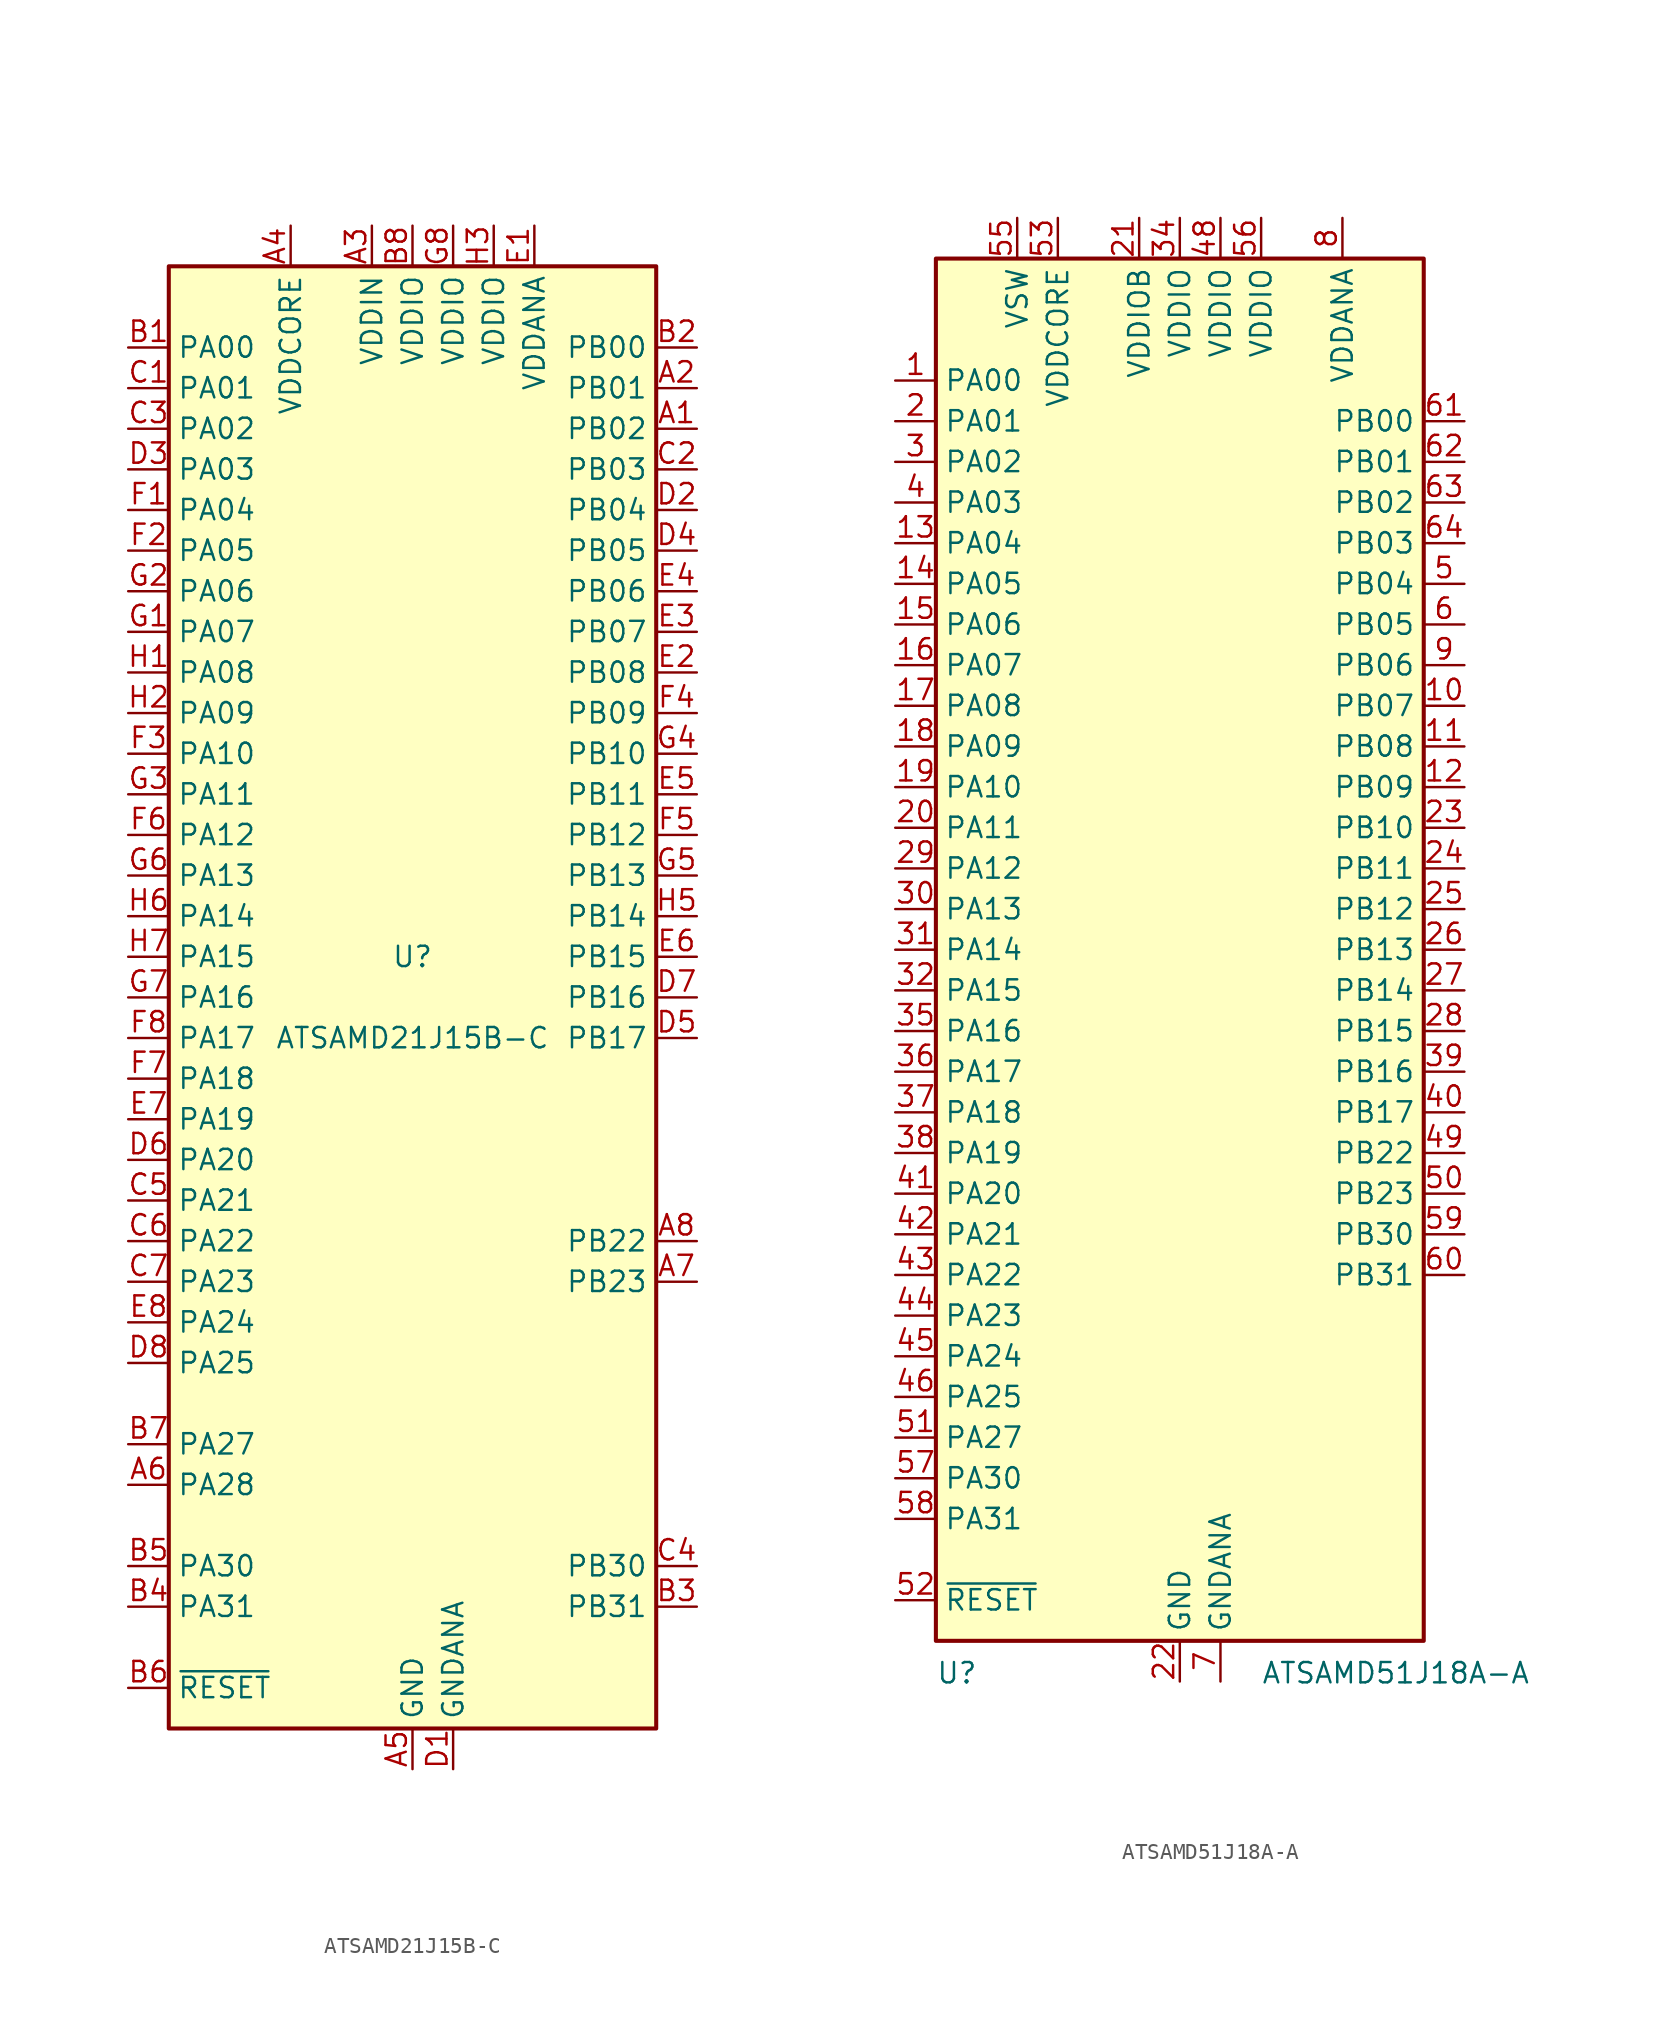
<source format=kicad_sym>
(kicad_symbol_lib
  (version 20241209)
  (generator "kicad_symbol_editor")
  (generator_version "9.0")
  (symbol "ATSAMD21J15B-C"
    (property "Reference" "U"
      (at 0 2.54 0)
      (effects (font (size 1.27 1.27))))
    (property "Value" "ATSAMD21J15B-C"
      (at 0 -2.54 0)
      (effects (font (size 1.27 1.27))))
    (symbol "ATSAMD21J15B-C_0_1"
      (rectangle (start -15.24 45.72) (end 15.24 -45.72) (stroke (width 0.254) (type default)) (fill (type background))))
    (symbol "ATSAMD21J15B-C_1_1"
      (pin bidirectional line (at -17.78 40.64 0) (length 2.54) (name "PA00" (effects (font (size 1.27 1.27)))) (number "B1" (effects (font (size 1.27 1.27)))))
      (pin bidirectional line (at -17.78 38.1 0) (length 2.54) (name "PA01" (effects (font (size 1.27 1.27)))) (number "C1" (effects (font (size 1.27 1.27)))))
      (pin bidirectional line (at -17.78 35.56 0) (length 2.54) (name "PA02" (effects (font (size 1.27 1.27)))) (number "C3" (effects (font (size 1.27 1.27)))))
      (pin bidirectional line (at -17.78 33.02 0) (length 2.54) (name "PA03" (effects (font (size 1.27 1.27)))) (number "D3" (effects (font (size 1.27 1.27)))))
      (pin bidirectional line (at -17.78 30.48 0) (length 2.54) (name "PA04" (effects (font (size 1.27 1.27)))) (number "F1" (effects (font (size 1.27 1.27)))))
      (pin bidirectional line (at -17.78 27.94 0) (length 2.54) (name "PA05" (effects (font (size 1.27 1.27)))) (number "F2" (effects (font (size 1.27 1.27)))))
      (pin bidirectional line (at -17.78 25.4 0) (length 2.54) (name "PA06" (effects (font (size 1.27 1.27)))) (number "G2" (effects (font (size 1.27 1.27)))))
      (pin bidirectional line (at -17.78 22.86 0) (length 2.54) (name "PA07" (effects (font (size 1.27 1.27)))) (number "G1" (effects (font (size 1.27 1.27)))))
      (pin bidirectional line (at -17.78 20.32 0) (length 2.54) (name "PA08" (effects (font (size 1.27 1.27)))) (number "H1" (effects (font (size 1.27 1.27)))))
      (pin bidirectional line (at -17.78 17.78 0) (length 2.54) (name "PA09" (effects (font (size 1.27 1.27)))) (number "H2" (effects (font (size 1.27 1.27)))))
      (pin bidirectional line (at -17.78 15.24 0) (length 2.54) (name "PA10" (effects (font (size 1.27 1.27)))) (number "F3" (effects (font (size 1.27 1.27)))))
      (pin bidirectional line (at -17.78 12.7 0) (length 2.54) (name "PA11" (effects (font (size 1.27 1.27)))) (number "G3" (effects (font (size 1.27 1.27)))))
      (pin bidirectional line (at -17.78 10.16 0) (length 2.54) (name "PA12" (effects (font (size 1.27 1.27)))) (number "F6" (effects (font (size 1.27 1.27)))))
      (pin bidirectional line (at -17.78 7.62 0) (length 2.54) (name "PA13" (effects (font (size 1.27 1.27)))) (number "G6" (effects (font (size 1.27 1.27)))))
      (pin bidirectional line (at -17.78 5.08 0) (length 2.54) (name "PA14" (effects (font (size 1.27 1.27)))) (number "H6" (effects (font (size 1.27 1.27)))))
      (pin bidirectional line (at -17.78 2.54 0) (length 2.54) (name "PA15" (effects (font (size 1.27 1.27)))) (number "H7" (effects (font (size 1.27 1.27)))))
      (pin bidirectional line (at -17.78 0 0) (length 2.54) (name "PA16" (effects (font (size 1.27 1.27)))) (number "G7" (effects (font (size 1.27 1.27)))))
      (pin bidirectional line (at -17.78 -2.54 0) (length 2.54) (name "PA17" (effects (font (size 1.27 1.27)))) (number "F8" (effects (font (size 1.27 1.27)))))
      (pin bidirectional line (at -17.78 -5.08 0) (length 2.54) (name "PA18" (effects (font (size 1.27 1.27)))) (number "F7" (effects (font (size 1.27 1.27)))))
      (pin bidirectional line (at -17.78 -7.62 0) (length 2.54) (name "PA19" (effects (font (size 1.27 1.27)))) (number "E7" (effects (font (size 1.27 1.27)))))
      (pin bidirectional line (at -17.78 -10.16 0) (length 2.54) (name "PA20" (effects (font (size 1.27 1.27)))) (number "D6" (effects (font (size 1.27 1.27)))))
      (pin bidirectional line (at -17.78 -12.7 0) (length 2.54) (name "PA21" (effects (font (size 1.27 1.27)))) (number "C5" (effects (font (size 1.27 1.27)))))
      (pin bidirectional line (at -17.78 -15.24 0) (length 2.54) (name "PA22" (effects (font (size 1.27 1.27)))) (number "C6" (effects (font (size 1.27 1.27)))))
      (pin bidirectional line (at -17.78 -17.78 0) (length 2.54) (name "PA23" (effects (font (size 1.27 1.27)))) (number "C7" (effects (font (size 1.27 1.27)))))
      (pin bidirectional line (at -17.78 -20.32 0) (length 2.54) (name "PA24" (effects (font (size 1.27 1.27)))) (number "E8" (effects (font (size 1.27 1.27)))))
      (pin bidirectional line (at -17.78 -22.86 0) (length 2.54) (name "PA25" (effects (font (size 1.27 1.27)))) (number "D8" (effects (font (size 1.27 1.27)))))
      (pin bidirectional line (at -17.78 -27.94 0) (length 2.54) (name "PA27" (effects (font (size 1.27 1.27)))) (number "B7" (effects (font (size 1.27 1.27)))))
      (pin bidirectional line (at -17.78 -30.48 0) (length 2.54) (name "PA28" (effects (font (size 1.27 1.27)))) (number "A6" (effects (font (size 1.27 1.27)))))
      (pin bidirectional line (at -17.78 -35.56 0) (length 2.54) (name "PA30" (effects (font (size 1.27 1.27)))) (number "B5" (effects (font (size 1.27 1.27)))))
      (pin bidirectional line (at -17.78 -38.1 0) (length 2.54) (name "PA31" (effects (font (size 1.27 1.27)))) (number "B4" (effects (font (size 1.27 1.27)))))
      (pin input line (at -17.78 -43.18 0) (length 2.54) (name "~{RESET}" (effects (font (size 1.27 1.27)))) (number "B6" (effects (font (size 1.27 1.27)))))
      (pin power_out line (at -7.62 48.26 270) (length 2.54) (name "VDDCORE" (effects (font (size 1.27 1.27)))) (number "A4" (effects (font (size 1.27 1.27)))))
      (pin power_in line (at -2.54 48.26 270) (length 2.54) (name "VDDIN" (effects (font (size 1.27 1.27)))) (number "A3" (effects (font (size 1.27 1.27)))))
      (pin power_in line (at 0 48.26 270) (length 2.54) (name "VDDIO" (effects (font (size 1.27 1.27)))) (number "B8" (effects (font (size 1.27 1.27)))))
      (pin power_in line (at 0 -48.26 90) (length 2.54) (name "GND" (effects (font (size 1.27 1.27)))) (number "A5" (effects (font (size 1.27 1.27)))))
      (pin passive line (at 0 -48.26 90) (length 2.54) (hide yes) (name "GND" (effects (font (size 1.27 1.27)))) (number "C8" (effects (font (size 1.27 1.27)))))
      (pin passive line (at 0 -48.26 90) (length 2.54) (hide yes) (name "GND" (effects (font (size 1.27 1.27)))) (number "H4" (effects (font (size 1.27 1.27)))))
      (pin passive line (at 0 -48.26 90) (length 2.54) (hide yes) (name "GND" (effects (font (size 1.27 1.27)))) (number "H8" (effects (font (size 1.27 1.27)))))
      (pin power_in line (at 2.54 48.26 270) (length 2.54) (name "VDDIO" (effects (font (size 1.27 1.27)))) (number "G8" (effects (font (size 1.27 1.27)))))
      (pin power_in line (at 2.54 -48.26 90) (length 2.54) (name "GNDANA" (effects (font (size 1.27 1.27)))) (number "D1" (effects (font (size 1.27 1.27)))))
      (pin power_in line (at 5.08 48.26 270) (length 2.54) (name "VDDIO" (effects (font (size 1.27 1.27)))) (number "H3" (effects (font (size 1.27 1.27)))))
      (pin power_in line (at 7.62 48.26 270) (length 2.54) (name "VDDANA" (effects (font (size 1.27 1.27)))) (number "E1" (effects (font (size 1.27 1.27)))))
      (pin bidirectional line (at 17.78 40.64 180) (length 2.54) (name "PB00" (effects (font (size 1.27 1.27)))) (number "B2" (effects (font (size 1.27 1.27)))))
      (pin bidirectional line (at 17.78 38.1 180) (length 2.54) (name "PB01" (effects (font (size 1.27 1.27)))) (number "A2" (effects (font (size 1.27 1.27)))))
      (pin bidirectional line (at 17.78 35.56 180) (length 2.54) (name "PB02" (effects (font (size 1.27 1.27)))) (number "A1" (effects (font (size 1.27 1.27)))))
      (pin bidirectional line (at 17.78 33.02 180) (length 2.54) (name "PB03" (effects (font (size 1.27 1.27)))) (number "C2" (effects (font (size 1.27 1.27)))))
      (pin bidirectional line (at 17.78 30.48 180) (length 2.54) (name "PB04" (effects (font (size 1.27 1.27)))) (number "D2" (effects (font (size 1.27 1.27)))))
      (pin bidirectional line (at 17.78 27.94 180) (length 2.54) (name "PB05" (effects (font (size 1.27 1.27)))) (number "D4" (effects (font (size 1.27 1.27)))))
      (pin bidirectional line (at 17.78 25.4 180) (length 2.54) (name "PB06" (effects (font (size 1.27 1.27)))) (number "E4" (effects (font (size 1.27 1.27)))))
      (pin bidirectional line (at 17.78 22.86 180) (length 2.54) (name "PB07" (effects (font (size 1.27 1.27)))) (number "E3" (effects (font (size 1.27 1.27)))))
      (pin bidirectional line (at 17.78 20.32 180) (length 2.54) (name "PB08" (effects (font (size 1.27 1.27)))) (number "E2" (effects (font (size 1.27 1.27)))))
      (pin bidirectional line (at 17.78 17.78 180) (length 2.54) (name "PB09" (effects (font (size 1.27 1.27)))) (number "F4" (effects (font (size 1.27 1.27)))))
      (pin bidirectional line (at 17.78 15.24 180) (length 2.54) (name "PB10" (effects (font (size 1.27 1.27)))) (number "G4" (effects (font (size 1.27 1.27)))))
      (pin bidirectional line (at 17.78 12.7 180) (length 2.54) (name "PB11" (effects (font (size 1.27 1.27)))) (number "E5" (effects (font (size 1.27 1.27)))))
      (pin bidirectional line (at 17.78 10.16 180) (length 2.54) (name "PB12" (effects (font (size 1.27 1.27)))) (number "F5" (effects (font (size 1.27 1.27)))))
      (pin bidirectional line (at 17.78 7.62 180) (length 2.54) (name "PB13" (effects (font (size 1.27 1.27)))) (number "G5" (effects (font (size 1.27 1.27)))))
      (pin bidirectional line (at 17.78 5.08 180) (length 2.54) (name "PB14" (effects (font (size 1.27 1.27)))) (number "H5" (effects (font (size 1.27 1.27)))))
      (pin bidirectional line (at 17.78 2.54 180) (length 2.54) (name "PB15" (effects (font (size 1.27 1.27)))) (number "E6" (effects (font (size 1.27 1.27)))))
      (pin bidirectional line (at 17.78 0 180) (length 2.54) (name "PB16" (effects (font (size 1.27 1.27)))) (number "D7" (effects (font (size 1.27 1.27)))))
      (pin bidirectional line (at 17.78 -2.54 180) (length 2.54) (name "PB17" (effects (font (size 1.27 1.27)))) (number "D5" (effects (font (size 1.27 1.27)))))
      (pin bidirectional line (at 17.78 -15.24 180) (length 2.54) (name "PB22" (effects (font (size 1.27 1.27)))) (number "A8" (effects (font (size 1.27 1.27)))))
      (pin bidirectional line (at 17.78 -17.78 180) (length 2.54) (name "PB23" (effects (font (size 1.27 1.27)))) (number "A7" (effects (font (size 1.27 1.27)))))
      (pin bidirectional line (at 17.78 -35.56 180) (length 2.54) (name "PB30" (effects (font (size 1.27 1.27)))) (number "C4" (effects (font (size 1.27 1.27)))))
      (pin bidirectional line (at 17.78 -38.1 180) (length 2.54) (name "PB31" (effects (font (size 1.27 1.27)))) (number "B3" (effects (font (size 1.27 1.27)))))))
  (symbol "ATSAMD51J18A-A"
    (property "Reference" "U"
      (at -15.24 -44.45 0)
      (effects (font (size 1.27 1.27)) (justify left top)))
    (property "Value" "ATSAMD51J18A-A"
      (at 5.08 -44.45 0)
      (effects (font (size 1.27 1.27)) (justify left top)))
    (symbol "ATSAMD51J18A-A_0_1"
      (rectangle (start -15.24 43.18) (end 15.24 -43.18) (stroke (width 0.254) (type default)) (fill (type background))))
    (symbol "ATSAMD51J18A-A_1_0"
      (pin bidirectional line (at 17.78 25.4 180) (length 2.54) (name "PB03" (effects (font (size 1.27 1.27)))) (number "64" (effects (font (size 1.27 1.27))))))
    (symbol "ATSAMD51J18A-A_1_1"
      (pin bidirectional line (at -17.78 35.56 0) (length 2.54) (name "PA00" (effects (font (size 1.27 1.27)))) (number "1" (effects (font (size 1.27 1.27)))))
      (pin bidirectional line (at -17.78 33.02 0) (length 2.54) (name "PA01" (effects (font (size 1.27 1.27)))) (number "2" (effects (font (size 1.27 1.27)))))
      (pin bidirectional line (at -17.78 30.48 0) (length 2.54) (name "PA02" (effects (font (size 1.27 1.27)))) (number "3" (effects (font (size 1.27 1.27)))))
      (pin bidirectional line (at -17.78 27.94 0) (length 2.54) (name "PA03" (effects (font (size 1.27 1.27)))) (number "4" (effects (font (size 1.27 1.27)))))
      (pin bidirectional line (at -17.78 25.4 0) (length 2.54) (name "PA04" (effects (font (size 1.27 1.27)))) (number "13" (effects (font (size 1.27 1.27)))))
      (pin bidirectional line (at -17.78 22.86 0) (length 2.54) (name "PA05" (effects (font (size 1.27 1.27)))) (number "14" (effects (font (size 1.27 1.27)))))
      (pin bidirectional line (at -17.78 20.32 0) (length 2.54) (name "PA06" (effects (font (size 1.27 1.27)))) (number "15" (effects (font (size 1.27 1.27)))))
      (pin bidirectional line (at -17.78 17.78 0) (length 2.54) (name "PA07" (effects (font (size 1.27 1.27)))) (number "16" (effects (font (size 1.27 1.27)))))
      (pin bidirectional line (at -17.78 15.24 0) (length 2.54) (name "PA08" (effects (font (size 1.27 1.27)))) (number "17" (effects (font (size 1.27 1.27)))))
      (pin bidirectional line (at -17.78 12.7 0) (length 2.54) (name "PA09" (effects (font (size 1.27 1.27)))) (number "18" (effects (font (size 1.27 1.27)))))
      (pin bidirectional line (at -17.78 10.16 0) (length 2.54) (name "PA10" (effects (font (size 1.27 1.27)))) (number "19" (effects (font (size 1.27 1.27)))))
      (pin bidirectional line (at -17.78 7.62 0) (length 2.54) (name "PA11" (effects (font (size 1.27 1.27)))) (number "20" (effects (font (size 1.27 1.27)))))
      (pin bidirectional line (at -17.78 5.08 0) (length 2.54) (name "PA12" (effects (font (size 1.27 1.27)))) (number "29" (effects (font (size 1.27 1.27)))))
      (pin bidirectional line (at -17.78 2.54 0) (length 2.54) (name "PA13" (effects (font (size 1.27 1.27)))) (number "30" (effects (font (size 1.27 1.27)))))
      (pin bidirectional line (at -17.78 0 0) (length 2.54) (name "PA14" (effects (font (size 1.27 1.27)))) (number "31" (effects (font (size 1.27 1.27)))))
      (pin bidirectional line (at -17.78 -2.54 0) (length 2.54) (name "PA15" (effects (font (size 1.27 1.27)))) (number "32" (effects (font (size 1.27 1.27)))))
      (pin bidirectional line (at -17.78 -5.08 0) (length 2.54) (name "PA16" (effects (font (size 1.27 1.27)))) (number "35" (effects (font (size 1.27 1.27)))))
      (pin bidirectional line (at -17.78 -7.62 0) (length 2.54) (name "PA17" (effects (font (size 1.27 1.27)))) (number "36" (effects (font (size 1.27 1.27)))))
      (pin bidirectional line (at -17.78 -10.16 0) (length 2.54) (name "PA18" (effects (font (size 1.27 1.27)))) (number "37" (effects (font (size 1.27 1.27)))))
      (pin bidirectional line (at -17.78 -12.7 0) (length 2.54) (name "PA19" (effects (font (size 1.27 1.27)))) (number "38" (effects (font (size 1.27 1.27)))))
      (pin bidirectional line (at -17.78 -15.24 0) (length 2.54) (name "PA20" (effects (font (size 1.27 1.27)))) (number "41" (effects (font (size 1.27 1.27)))))
      (pin bidirectional line (at -17.78 -17.78 0) (length 2.54) (name "PA21" (effects (font (size 1.27 1.27)))) (number "42" (effects (font (size 1.27 1.27)))))
      (pin bidirectional line (at -17.78 -20.32 0) (length 2.54) (name "PA22" (effects (font (size 1.27 1.27)))) (number "43" (effects (font (size 1.27 1.27)))))
      (pin bidirectional line (at -17.78 -22.86 0) (length 2.54) (name "PA23" (effects (font (size 1.27 1.27)))) (number "44" (effects (font (size 1.27 1.27)))))
      (pin bidirectional line (at -17.78 -25.4 0) (length 2.54) (name "PA24" (effects (font (size 1.27 1.27)))) (number "45" (effects (font (size 1.27 1.27)))))
      (pin bidirectional line (at -17.78 -27.94 0) (length 2.54) (name "PA25" (effects (font (size 1.27 1.27)))) (number "46" (effects (font (size 1.27 1.27)))))
      (pin bidirectional line (at -17.78 -30.48 0) (length 2.54) (name "PA27" (effects (font (size 1.27 1.27)))) (number "51" (effects (font (size 1.27 1.27)))))
      (pin bidirectional line (at -17.78 -33.02 0) (length 2.54) (name "PA30" (effects (font (size 1.27 1.27)))) (number "57" (effects (font (size 1.27 1.27)))))
      (pin bidirectional line (at -17.78 -35.56 0) (length 2.54) (name "PA31" (effects (font (size 1.27 1.27)))) (number "58" (effects (font (size 1.27 1.27)))))
      (pin input line (at -17.78 -40.64 0) (length 2.54) (name "~{RESET}" (effects (font (size 1.27 1.27)))) (number "52" (effects (font (size 1.27 1.27)))))
      (pin power_in line (at -10.16 45.72 270) (length 2.54) (name "VSW" (effects (font (size 1.27 1.27)))) (number "55" (effects (font (size 1.27 1.27)))))
      (pin power_out line (at -7.62 45.72 270) (length 2.54) (name "VDDCORE" (effects (font (size 1.27 1.27)))) (number "53" (effects (font (size 1.27 1.27)))))
      (pin power_in line (at -2.54 45.72 270) (length 2.54) (name "VDDIOB" (effects (font (size 1.27 1.27)))) (number "21" (effects (font (size 1.27 1.27)))))
      (pin power_in line (at 0 45.72 270) (length 2.54) (name "VDDIO" (effects (font (size 1.27 1.27)))) (number "34" (effects (font (size 1.27 1.27)))))
      (pin power_in line (at 0 -45.72 90) (length 2.54) (name "GND" (effects (font (size 1.27 1.27)))) (number "22" (effects (font (size 1.27 1.27)))))
      (pin passive line (at 0 -45.72 90) (length 2.54) (hide yes) (name "GND" (effects (font (size 1.27 1.27)))) (number "33" (effects (font (size 1.27 1.27)))))
      (pin passive line (at 0 -45.72 90) (length 2.54) (hide yes) (name "GND" (effects (font (size 1.27 1.27)))) (number "47" (effects (font (size 1.27 1.27)))))
      (pin passive line (at 0 -45.72 90) (length 2.54) (hide yes) (name "GND" (effects (font (size 1.27 1.27)))) (number "54" (effects (font (size 1.27 1.27)))))
      (pin power_in line (at 2.54 45.72 270) (length 2.54) (name "VDDIO" (effects (font (size 1.27 1.27)))) (number "48" (effects (font (size 1.27 1.27)))))
      (pin power_in line (at 2.54 -45.72 90) (length 2.54) (name "GNDANA" (effects (font (size 1.27 1.27)))) (number "7" (effects (font (size 1.27 1.27)))))
      (pin power_in line (at 5.08 45.72 270) (length 2.54) (name "VDDIO" (effects (font (size 1.27 1.27)))) (number "56" (effects (font (size 1.27 1.27)))))
      (pin power_in line (at 10.16 45.72 270) (length 2.54) (name "VDDANA" (effects (font (size 1.27 1.27)))) (number "8" (effects (font (size 1.27 1.27)))))
      (pin bidirectional line (at 17.78 33.02 180) (length 2.54) (name "PB00" (effects (font (size 1.27 1.27)))) (number "61" (effects (font (size 1.27 1.27)))))
      (pin bidirectional line (at 17.78 30.48 180) (length 2.54) (name "PB01" (effects (font (size 1.27 1.27)))) (number "62" (effects (font (size 1.27 1.27)))))
      (pin bidirectional line (at 17.78 27.94 180) (length 2.54) (name "PB02" (effects (font (size 1.27 1.27)))) (number "63" (effects (font (size 1.27 1.27)))))
      (pin bidirectional line (at 17.78 22.86 180) (length 2.54) (name "PB04" (effects (font (size 1.27 1.27)))) (number "5" (effects (font (size 1.27 1.27)))))
      (pin bidirectional line (at 17.78 20.32 180) (length 2.54) (name "PB05" (effects (font (size 1.27 1.27)))) (number "6" (effects (font (size 1.27 1.27)))))
      (pin bidirectional line (at 17.78 17.78 180) (length 2.54) (name "PB06" (effects (font (size 1.27 1.27)))) (number "9" (effects (font (size 1.27 1.27)))))
      (pin bidirectional line (at 17.78 15.24 180) (length 2.54) (name "PB07" (effects (font (size 1.27 1.27)))) (number "10" (effects (font (size 1.27 1.27)))))
      (pin bidirectional line (at 17.78 12.7 180) (length 2.54) (name "PB08" (effects (font (size 1.27 1.27)))) (number "11" (effects (font (size 1.27 1.27)))))
      (pin bidirectional line (at 17.78 10.16 180) (length 2.54) (name "PB09" (effects (font (size 1.27 1.27)))) (number "12" (effects (font (size 1.27 1.27)))))
      (pin bidirectional line (at 17.78 7.62 180) (length 2.54) (name "PB10" (effects (font (size 1.27 1.27)))) (number "23" (effects (font (size 1.27 1.27)))))
      (pin bidirectional line (at 17.78 5.08 180) (length 2.54) (name "PB11" (effects (font (size 1.27 1.27)))) (number "24" (effects (font (size 1.27 1.27)))))
      (pin bidirectional line (at 17.78 2.54 180) (length 2.54) (name "PB12" (effects (font (size 1.27 1.27)))) (number "25" (effects (font (size 1.27 1.27)))))
      (pin bidirectional line (at 17.78 0 180) (length 2.54) (name "PB13" (effects (font (size 1.27 1.27)))) (number "26" (effects (font (size 1.27 1.27)))))
      (pin bidirectional line (at 17.78 -2.54 180) (length 2.54) (name "PB14" (effects (font (size 1.27 1.27)))) (number "27" (effects (font (size 1.27 1.27)))))
      (pin bidirectional line (at 17.78 -5.08 180) (length 2.54) (name "PB15" (effects (font (size 1.27 1.27)))) (number "28" (effects (font (size 1.27 1.27)))))
      (pin bidirectional line (at 17.78 -7.62 180) (length 2.54) (name "PB16" (effects (font (size 1.27 1.27)))) (number "39" (effects (font (size 1.27 1.27)))))
      (pin bidirectional line (at 17.78 -10.16 180) (length 2.54) (name "PB17" (effects (font (size 1.27 1.27)))) (number "40" (effects (font (size 1.27 1.27)))))
      (pin bidirectional line (at 17.78 -12.7 180) (length 2.54) (name "PB22" (effects (font (size 1.27 1.27)))) (number "49" (effects (font (size 1.27 1.27)))))
      (pin bidirectional line (at 17.78 -15.24 180) (length 2.54) (name "PB23" (effects (font (size 1.27 1.27)))) (number "50" (effects (font (size 1.27 1.27)))))
      (pin bidirectional line (at 17.78 -17.78 180) (length 2.54) (name "PB30" (effects (font (size 1.27 1.27)))) (number "59" (effects (font (size 1.27 1.27)))))
      (pin bidirectional line (at 17.78 -20.32 180) (length 2.54) (name "PB31" (effects (font (size 1.27 1.27)))) (number "60" (effects (font (size 1.27 1.27))))))))
</source>
